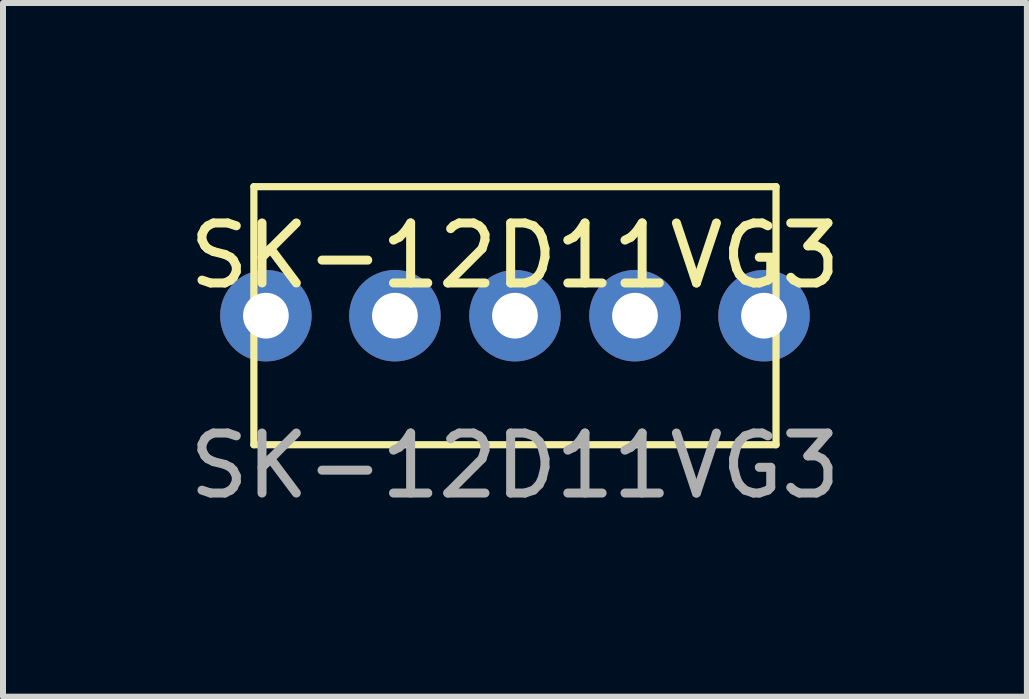
<source format=kicad_pcb>
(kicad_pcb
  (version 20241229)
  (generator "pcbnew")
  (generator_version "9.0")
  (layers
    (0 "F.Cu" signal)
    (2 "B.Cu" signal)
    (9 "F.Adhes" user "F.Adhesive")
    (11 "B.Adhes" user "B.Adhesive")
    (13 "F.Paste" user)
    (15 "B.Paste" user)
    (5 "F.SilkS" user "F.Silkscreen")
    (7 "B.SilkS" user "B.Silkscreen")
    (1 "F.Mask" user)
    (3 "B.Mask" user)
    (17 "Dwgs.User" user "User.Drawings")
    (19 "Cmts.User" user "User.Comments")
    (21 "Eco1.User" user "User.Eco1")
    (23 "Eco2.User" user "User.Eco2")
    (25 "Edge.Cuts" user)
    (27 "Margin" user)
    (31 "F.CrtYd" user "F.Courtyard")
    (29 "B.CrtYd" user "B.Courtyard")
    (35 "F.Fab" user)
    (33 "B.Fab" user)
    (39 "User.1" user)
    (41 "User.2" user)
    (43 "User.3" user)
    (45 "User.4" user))
  (footprint "SK-12D11VG3"
    (layer "F.Cu")
    (at 5.53 2.21)
    (property "Reference" "SK-12D11VG3" (at 0 -1 0) (unlocked yes) (layer "F.SilkS") (effects (font (size 1 1) (thickness 0.15))))
    (attr through_hole)
    (fp_line (start -4.35 -2.15) (end -4.35 2.15) (stroke (width 0.12) (type solid)) (layer "F.SilkS"))
    (fp_line (start -4.35 2.15) (end 4.35 2.15) (stroke (width 0.12) (type solid)) (layer "F.SilkS"))
    (fp_line (start 4.35 -2.15) (end -4.35 -2.15) (stroke (width 0.12) (type solid)) (layer "F.SilkS"))
    (fp_line (start 4.35 2.15) (end 4.35 -2.15) (stroke (width 0.12) (type solid)) (layer "F.SilkS"))
    (fp_text user "${REFERENCE}" (at 0 2.5 0) (unlocked yes) (layer "F.Fab") (effects (font (size 1 1) (thickness 0.15))))
    (pad "1" thru_hole circle (at -2 0) (size 1.524 1.524) (drill 0.762) (layers "*.Cu" "*.Mask"))
    (pad "2" thru_hole circle (at 0 0) (size 1.524 1.524) (drill 0.762) (layers "*.Cu" "*.Mask"))
    (pad "3" thru_hole circle (at 2 0) (size 1.524 1.524) (drill 0.762) (layers "*.Cu" "*.Mask"))
    (pad "MH1" thru_hole circle (at -4.15 0) (size 1.524 1.524) (drill 0.762) (layers "*.Cu" "*.Mask"))
    (pad "MH2" thru_hole circle (at 4.15 0) (size 1.524 1.524) (drill 0.762) (layers "*.Cu" "*.Mask")))
  (gr_rect
    (start -3 -3)
    (end 14.06 8.558)
    (stroke (width 0.1) (type default))
    (fill no)
    (layer "Edge.Cuts")))
</source>
